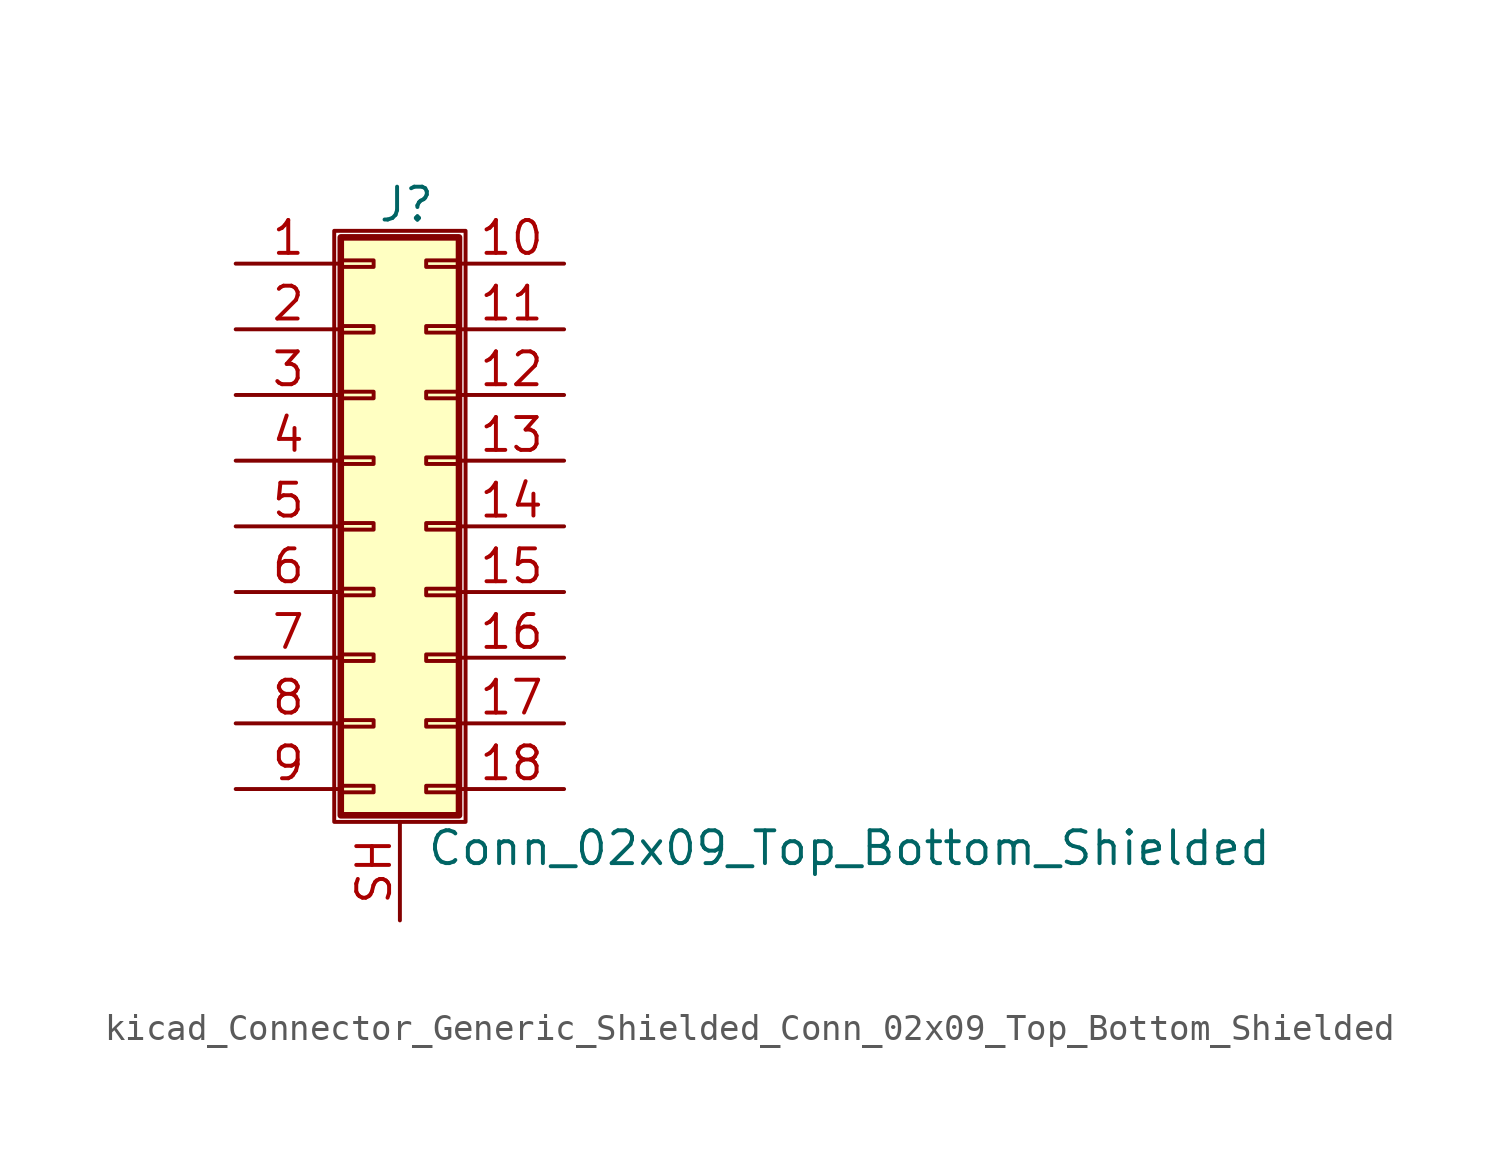
<source format=kicad_sym>
(kicad_symbol_lib
  (version 20220914)
  (generator kicad_symbol_editor)
  (symbol "kicad_Connector_Generic_Shielded_Conn_02x09_Top_Bottom_Shielded"
    (pin_names
      (offset 1.016) hide)
    (property "Reference" "J"
      (at 1.524 12.446 0)
      (effects (font (size 1.27 1.27))))
    (property "Value" "Conn_02x09_Top_Bottom_Shielded"
      (at 2.286 -12.446 0)
      (effects (font (size 1.27 1.27)) (justify left)))
    (symbol "kicad_Connector_Generic_Shielded_Conn_02x09_Top_Bottom_Shielded_1_1"
      (rectangle (start -1.27 11.43) (end 3.81 -11.43) (stroke (width 0.152) (type default)) (fill (type none)))
      (rectangle (start -1.016 -10.033) (end 0.254 -10.287) (stroke (width 0.152) (type default)) (fill (type none)))
      (rectangle (start -1.016 -7.493) (end 0.254 -7.747) (stroke (width 0.152) (type default)) (fill (type none)))
      (rectangle (start -1.016 -4.953) (end 0.254 -5.207) (stroke (width 0.152) (type default)) (fill (type none)))
      (rectangle (start -1.016 -2.413) (end 0.254 -2.667) (stroke (width 0.152) (type default)) (fill (type none)))
      (rectangle (start -1.016 0.127) (end 0.254 -0.127) (stroke (width 0.152) (type default)) (fill (type none)))
      (rectangle (start -1.016 2.667) (end 0.254 2.413) (stroke (width 0.152) (type default)) (fill (type none)))
      (rectangle (start -1.016 5.207) (end 0.254 4.953) (stroke (width 0.152) (type default)) (fill (type none)))
      (rectangle (start -1.016 7.747) (end 0.254 7.493) (stroke (width 0.152) (type default)) (fill (type none)))
      (rectangle (start -1.016 10.287) (end 0.254 10.033) (stroke (width 0.152) (type default)) (fill (type none)))
      (rectangle (start -1.016 11.176) (end 3.556 -11.176) (stroke (width 0.254) (type default)) (fill (type background)))
      (rectangle (start 3.556 -10.033) (end 2.286 -10.287) (stroke (width 0.152) (type default)) (fill (type none)))
      (rectangle (start 3.556 -7.493) (end 2.286 -7.747) (stroke (width 0.152) (type default)) (fill (type none)))
      (rectangle (start 3.556 -4.953) (end 2.286 -5.207) (stroke (width 0.152) (type default)) (fill (type none)))
      (rectangle (start 3.556 -2.413) (end 2.286 -2.667) (stroke (width 0.152) (type default)) (fill (type none)))
      (rectangle (start 3.556 0.127) (end 2.286 -0.127) (stroke (width 0.152) (type default)) (fill (type none)))
      (rectangle (start 3.556 2.667) (end 2.286 2.413) (stroke (width 0.152) (type default)) (fill (type none)))
      (rectangle (start 3.556 5.207) (end 2.286 4.953) (stroke (width 0.152) (type default)) (fill (type none)))
      (rectangle (start 3.556 7.747) (end 2.286 7.493) (stroke (width 0.152) (type default)) (fill (type none)))
      (rectangle (start 3.556 10.287) (end 2.286 10.033) (stroke (width 0.152) (type default)) (fill (type none)))
      (pin passive line (at -5.08 10.16 0) (length 4.064) (name "Pin_1" (effects (font (size 1.27 1.27)))) (number "1" (effects (font (size 1.27 1.27)))))
      (pin passive line (at 7.62 10.16 180) (length 4.064) (name "Pin_10" (effects (font (size 1.27 1.27)))) (number "10" (effects (font (size 1.27 1.27)))))
      (pin passive line (at 7.62 7.62 180) (length 4.064) (name "Pin_11" (effects (font (size 1.27 1.27)))) (number "11" (effects (font (size 1.27 1.27)))))
      (pin passive line (at 7.62 5.08 180) (length 4.064) (name "Pin_12" (effects (font (size 1.27 1.27)))) (number "12" (effects (font (size 1.27 1.27)))))
      (pin passive line (at 7.62 2.54 180) (length 4.064) (name "Pin_13" (effects (font (size 1.27 1.27)))) (number "13" (effects (font (size 1.27 1.27)))))
      (pin passive line (at 7.62 0 180) (length 4.064) (name "Pin_14" (effects (font (size 1.27 1.27)))) (number "14" (effects (font (size 1.27 1.27)))))
      (pin passive line (at 7.62 -2.54 180) (length 4.064) (name "Pin_15" (effects (font (size 1.27 1.27)))) (number "15" (effects (font (size 1.27 1.27)))))
      (pin passive line (at 7.62 -5.08 180) (length 4.064) (name "Pin_16" (effects (font (size 1.27 1.27)))) (number "16" (effects (font (size 1.27 1.27)))))
      (pin passive line (at 7.62 -7.62 180) (length 4.064) (name "Pin_17" (effects (font (size 1.27 1.27)))) (number "17" (effects (font (size 1.27 1.27)))))
      (pin passive line (at 7.62 -10.16 180) (length 4.064) (name "Pin_18" (effects (font (size 1.27 1.27)))) (number "18" (effects (font (size 1.27 1.27)))))
      (pin passive line (at -5.08 7.62 0) (length 4.064) (name "Pin_2" (effects (font (size 1.27 1.27)))) (number "2" (effects (font (size 1.27 1.27)))))
      (pin passive line (at -5.08 5.08 0) (length 4.064) (name "Pin_3" (effects (font (size 1.27 1.27)))) (number "3" (effects (font (size 1.27 1.27)))))
      (pin passive line (at -5.08 2.54 0) (length 4.064) (name "Pin_4" (effects (font (size 1.27 1.27)))) (number "4" (effects (font (size 1.27 1.27)))))
      (pin passive line (at -5.08 0 0) (length 4.064) (name "Pin_5" (effects (font (size 1.27 1.27)))) (number "5" (effects (font (size 1.27 1.27)))))
      (pin passive line (at -5.08 -2.54 0) (length 4.064) (name "Pin_6" (effects (font (size 1.27 1.27)))) (number "6" (effects (font (size 1.27 1.27)))))
      (pin passive line (at -5.08 -5.08 0) (length 4.064) (name "Pin_7" (effects (font (size 1.27 1.27)))) (number "7" (effects (font (size 1.27 1.27)))))
      (pin passive line (at -5.08 -7.62 0) (length 4.064) (name "Pin_8" (effects (font (size 1.27 1.27)))) (number "8" (effects (font (size 1.27 1.27)))))
      (pin passive line (at -5.08 -10.16 0) (length 4.064) (name "Pin_9" (effects (font (size 1.27 1.27)))) (number "9" (effects (font (size 1.27 1.27)))))
      (pin passive line (at 1.27 -15.24 90) (length 3.81) (name "Shield" (effects (font (size 1.27 1.27)))) (number "SH" (effects (font (size 1.27 1.27))))))))
</source>
